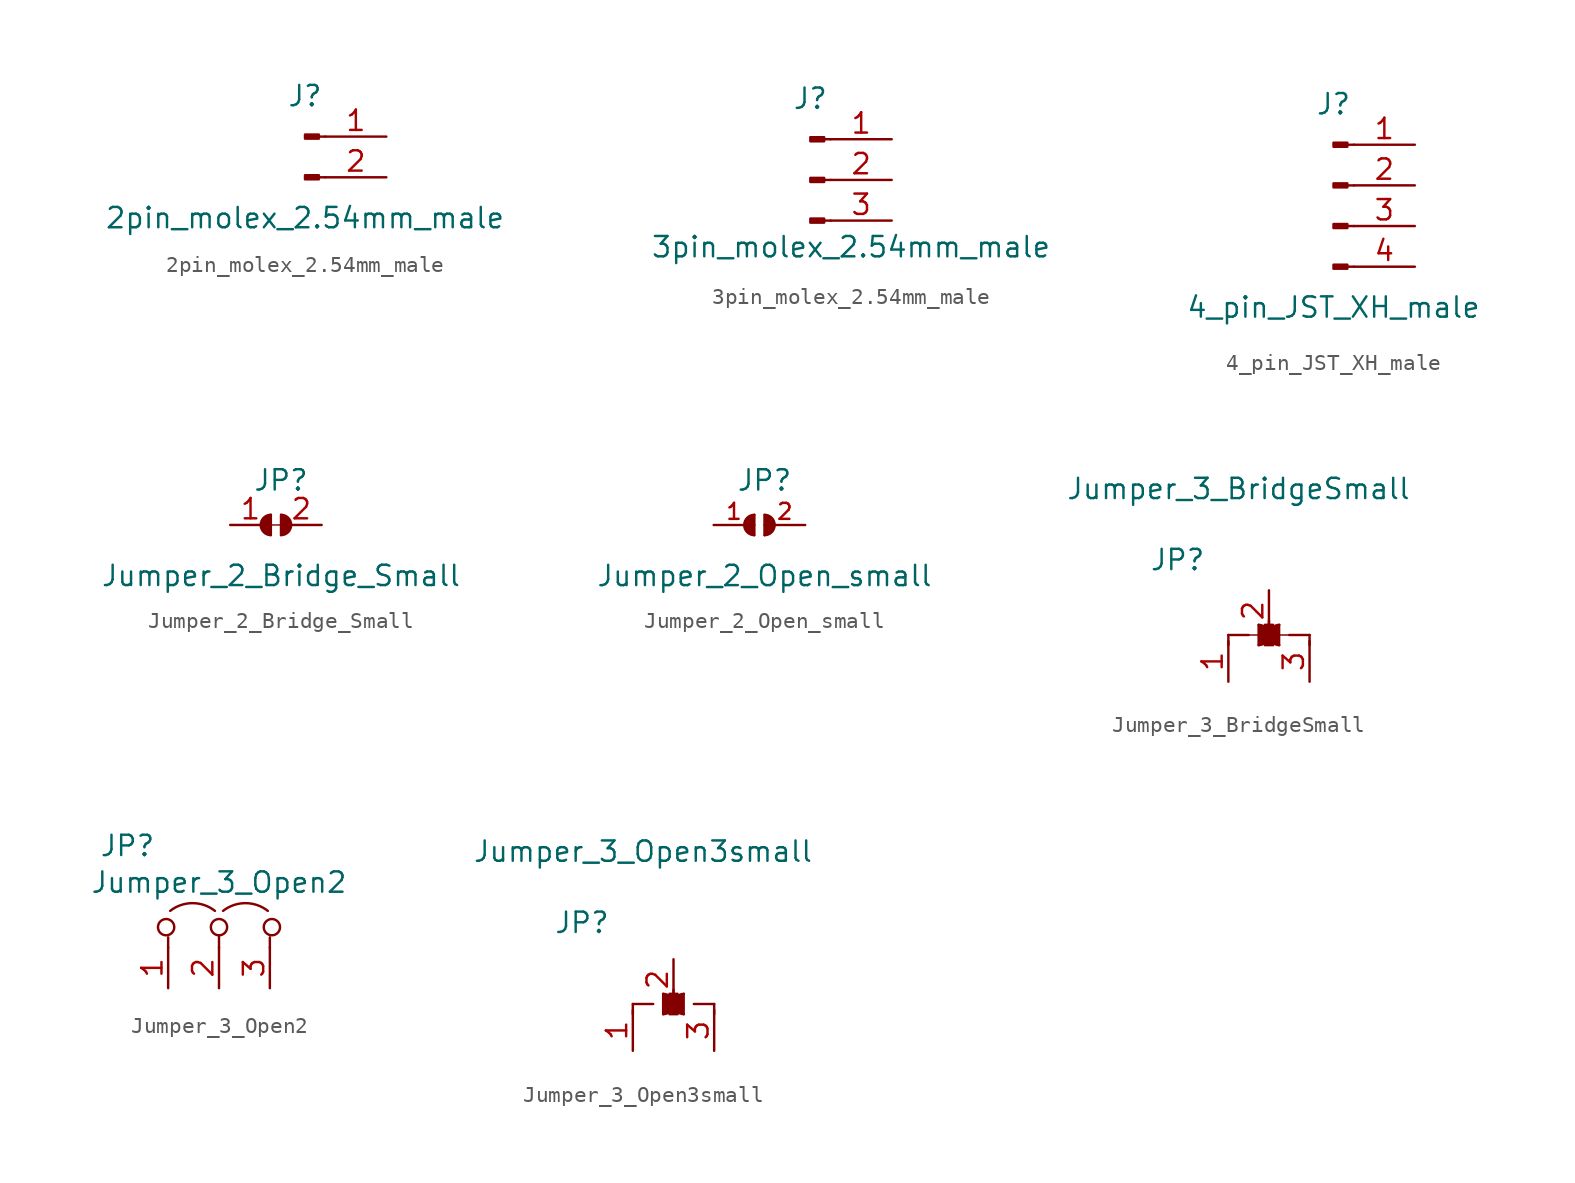
<source format=kicad_sym>
(kicad_symbol_lib
  (version 20211014)
  (generator kicad_symbol_editor)
  (symbol "2pin_molex_2.54mm_male"
    (pin_names
      (offset 1.016) hide)
    (property "Reference" "J"
      (at 0 2.54 0)
      (effects (font (size 1.27 1.27))))
    (property "Value" "2pin_molex_2.54mm_male"
      (at 0 -5.08 0)
      (effects (font (size 1.27 1.27))))
    (symbol "2pin_molex_2.54mm_male_1_1"
      (polyline (pts (xy 1.27 -2.54) (xy 0.864 -2.54)) (stroke (width 0.152) (type default) (color 0 0 0 0)) (fill (type none)))
      (polyline (pts (xy 1.27 0) (xy 0.864 0)) (stroke (width 0.152) (type default) (color 0 0 0 0)) (fill (type none)))
      (rectangle (start 0.864 -2.413) (end 0 -2.667) (stroke (width 0.152) (type default) (color 0 0 0 0)) (fill (type outline)))
      (rectangle (start 0.864 0.127) (end 0 -0.127) (stroke (width 0.152) (type default) (color 0 0 0 0)) (fill (type outline)))
      (pin passive line (at 5.08 0 180) (length 3.81) (name "Pin_1" (effects (font (size 1.27 1.27)))) (number "1" (effects (font (size 1.27 1.27)))))
      (pin passive line (at 5.08 -2.54 180) (length 3.81) (name "Pin_2" (effects (font (size 1.27 1.27)))) (number "2" (effects (font (size 1.27 1.27)))))))
  (symbol "3pin_molex_2.54mm_male"
    (pin_names
      (offset 1.016) hide)
    (property "Reference" "J"
      (at 0 5.08 0)
      (effects (font (size 1.27 1.27))))
    (property "Value" "3pin_molex_2.54mm_male"
      (at 2.54 -4.191 0)
      (effects (font (size 1.27 1.27))))
    (symbol "3pin_molex_2.54mm_male_1_1"
      (polyline (pts (xy 1.27 -2.54) (xy 0.864 -2.54)) (stroke (width 0.152) (type default) (color 0 0 0 0)) (fill (type none)))
      (polyline (pts (xy 1.27 0) (xy 0.864 0)) (stroke (width 0.152) (type default) (color 0 0 0 0)) (fill (type none)))
      (polyline (pts (xy 1.27 2.54) (xy 0.864 2.54)) (stroke (width 0.152) (type default) (color 0 0 0 0)) (fill (type none)))
      (rectangle (start 0.864 -2.413) (end 0 -2.667) (stroke (width 0.152) (type default) (color 0 0 0 0)) (fill (type outline)))
      (rectangle (start 0.864 0.127) (end 0 -0.127) (stroke (width 0.152) (type default) (color 0 0 0 0)) (fill (type outline)))
      (rectangle (start 0.864 2.667) (end 0 2.413) (stroke (width 0.152) (type default) (color 0 0 0 0)) (fill (type outline)))
      (pin passive line (at 5.08 2.54 180) (length 3.81) (name "Pin_1" (effects (font (size 1.27 1.27)))) (number "1" (effects (font (size 1.27 1.27)))))
      (pin passive line (at 5.08 0 180) (length 3.81) (name "Pin_2" (effects (font (size 1.27 1.27)))) (number "2" (effects (font (size 1.27 1.27)))))
      (pin passive line (at 5.08 -2.54 180) (length 3.81) (name "Pin_3" (effects (font (size 1.27 1.27)))) (number "3" (effects (font (size 1.27 1.27)))))))
  (symbol "4_pin_JST_XH_male"
    (pin_names
      (offset 1.016) hide)
    (property "Reference" "J"
      (at 0 5.08 0)
      (effects (font (size 1.27 1.27))))
    (property "Value" "4_pin_JST_XH_male"
      (at 0 -7.62 0)
      (effects (font (size 1.27 1.27))))
    (symbol "4_pin_JST_XH_male_1_1"
      (polyline (pts (xy 1.27 -5.08) (xy 0.864 -5.08)) (stroke (width 0.152) (type default) (color 0 0 0 0)) (fill (type none)))
      (polyline (pts (xy 1.27 -2.54) (xy 0.864 -2.54)) (stroke (width 0.152) (type default) (color 0 0 0 0)) (fill (type none)))
      (polyline (pts (xy 1.27 0) (xy 0.864 0)) (stroke (width 0.152) (type default) (color 0 0 0 0)) (fill (type none)))
      (polyline (pts (xy 1.27 2.54) (xy 0.864 2.54)) (stroke (width 0.152) (type default) (color 0 0 0 0)) (fill (type none)))
      (rectangle (start 0.864 -4.953) (end 0 -5.207) (stroke (width 0.152) (type default) (color 0 0 0 0)) (fill (type outline)))
      (rectangle (start 0.864 -2.413) (end 0 -2.667) (stroke (width 0.152) (type default) (color 0 0 0 0)) (fill (type outline)))
      (rectangle (start 0.864 0.127) (end 0 -0.127) (stroke (width 0.152) (type default) (color 0 0 0 0)) (fill (type outline)))
      (rectangle (start 0.864 2.667) (end 0 2.413) (stroke (width 0.152) (type default) (color 0 0 0 0)) (fill (type outline)))
      (pin passive line (at 5.08 2.54 180) (length 3.81) (name "Pin_1" (effects (font (size 1.27 1.27)))) (number "1" (effects (font (size 1.27 1.27)))))
      (pin passive line (at 5.08 0 180) (length 3.81) (name "Pin_2" (effects (font (size 1.27 1.27)))) (number "2" (effects (font (size 1.27 1.27)))))
      (pin passive line (at 5.08 -2.54 180) (length 3.81) (name "Pin_3" (effects (font (size 1.27 1.27)))) (number "3" (effects (font (size 1.27 1.27)))))
      (pin passive line (at 5.08 -5.08 180) (length 3.81) (name "Pin_4" (effects (font (size 1.27 1.27)))) (number "4" (effects (font (size 1.27 1.27)))))))
  (symbol "Jumper_2_Bridge_Small"
    (pin_names
      (offset 0) hide)
    (property "Reference" "JP"
      (at 0 2.794 0)
      (effects (font (size 1.27 1.27))))
    (property "Value" "Jumper_2_Bridge_Small"
      (at 0 -3.175 0)
      (effects (font (size 1.27 1.27))))
    (symbol "Jumper_2_Bridge_Small_0_1"
      (arc (start -0.635 0.635) (mid -1.2659 0.0056) (end -0.6463 -0.635) (stroke (width 0) (type default) (color 0 0 0 0)) (fill (type outline)))
      (polyline (pts (xy -1.27 0) (xy 0 0)) (stroke (width 0.09) (type default) (color 0 0 0 0)) (fill (type none)))
      (polyline (pts (xy -0.635 0.635) (xy -0.635 -0.635)) (stroke (width 0) (type default) (color 0 0 0 0)) (fill (type none)))
      (polyline (pts (xy 0 0.635) (xy 0 -0.635)) (stroke (width 0) (type default) (color 0 0 0 0)) (fill (type none)))
      (arc (start 0.0042 -0.6351) (mid 0.6351 -0.0057) (end 0.0155 0.6349) (stroke (width 0) (type default) (color 0 0 0 0)) (fill (type outline))))
    (symbol "Jumper_2_Bridge_Small_1_1"
      (pin passive line (at -3.175 0 0) (length 2.54) (name "A" (effects (font (size 1.27 1.27)))) (number "1" (effects (font (size 1.27 1.27)))))
      (pin passive line (at 2.54 0 180) (length 2.54) (name "B" (effects (font (size 1.27 1.27)))) (number "2" (effects (font (size 1.27 1.27)))))))
  (symbol "Jumper_2_Open_small"
    (pin_names
      (offset 0) hide)
    (property "Reference" "JP"
      (at 0 2.794 0)
      (effects (font (size 1.27 1.27))))
    (property "Value" "Jumper_2_Open_small"
      (at 0 -3.175 0)
      (effects (font (size 1.27 1.27))))
    (symbol "Jumper_2_Open_small_0_1"
      (arc (start -0.635 0.635) (mid -1.2659 0.0056) (end -0.6463 -0.635) (stroke (width 0) (type default) (color 0 0 0 0)) (fill (type outline)))
      (polyline (pts (xy -0.635 0.635) (xy -0.635 -0.635)) (stroke (width 0) (type default) (color 0 0 0 0)) (fill (type none)))
      (polyline (pts (xy 0 0.635) (xy 0 -0.635)) (stroke (width 0) (type default) (color 0 0 0 0)) (fill (type none)))
      (arc (start 0.0042 -0.6351) (mid 0.6351 -0.0057) (end 0.0155 0.6349) (stroke (width 0) (type default) (color 0 0 0 0)) (fill (type outline))))
    (symbol "Jumper_2_Open_small_1_1"
      (pin passive line (at -3.175 0 0) (length 2.54) (name "A" (effects (font (size 1 1)))) (number "1" (effects (font (size 1 1)))))
      (pin passive line (at 2.54 0 180) (length 2.54) (name "B" (effects (font (size 1 1)))) (number "2" (effects (font (size 1 1)))))))
  (symbol "Jumper_3_BridgeSmall"
    (pin_names
      (offset 0) hide)
    (property "Reference" "JP"
      (at -5.715 5.08 0)
      (effects (font (size 1.27 1.27))))
    (property "Value" "Jumper_3_BridgeSmall"
      (at -1.905 9.525 0)
      (effects (font (size 1.27 1.27))))
    (symbol "Jumper_3_BridgeSmall_0_1"
      (arc (start -0.6463 -0.254) (mid 0.0001 0.381) (end -0.6463 1.016) (stroke (width 0) (type default) (color 0 0 0 0)) (fill (type outline)))
      (rectangle (start -0.254 1.016) (end 0.254 -0.254) (stroke (width 0) (type default) (color 0 0 0 0)) (fill (type outline)))
      (polyline (pts (xy -2.54 0.381) (xy -2.54 -0.254)) (stroke (width 0) (type default) (color 0 0 0 0)) (fill (type none)))
      (polyline (pts (xy -2.54 0.381) (xy -1.27 0.381)) (stroke (width 0) (type default) (color 0 0 0 0)) (fill (type none)))
      (polyline (pts (xy -1.27 0.381) (xy 1.27 0.381)) (stroke (width 0.09) (type default) (color 0 0 0 0)) (fill (type none)))
      (polyline (pts (xy -0.646 -0.254) (xy -0.646 1.016)) (stroke (width 0) (type default) (color 0 0 0 0)) (fill (type none)))
      (polyline (pts (xy 0 1.27) (xy 0 0.508)) (stroke (width 0) (type default) (color 0 0 0 0)) (fill (type none)))
      (polyline (pts (xy 0.635 1.016) (xy 0.635 -0.254)) (stroke (width 0) (type default) (color 0 0 0 0)) (fill (type none)))
      (polyline (pts (xy 1.27 0.381) (xy 2.54 0.381)) (stroke (width 0) (type default) (color 0 0 0 0)) (fill (type none)))
      (polyline (pts (xy 2.54 0.381) (xy 2.54 -0.254)) (stroke (width 0) (type default) (color 0 0 0 0)) (fill (type none)))
      (arc (start 0.6463 1.016) (mid -0.0001 0.381) (end 0.6463 -0.254) (stroke (width 0) (type default) (color 0 0 0 0)) (fill (type outline))))
    (symbol "Jumper_3_BridgeSmall_1_1"
      (pin passive line (at -2.54 -2.54 90) (length 2.54) (name "A" (effects (font (size 1.27 1.27)))) (number "1" (effects (font (size 1.27 1.27)))))
      (pin input line (at 0 3.175 270) (length 2.54) (name "C" (effects (font (size 1.27 1.27)))) (number "2" (effects (font (size 1.27 1.27)))))
      (pin passive line (at 2.54 -2.54 90) (length 2.54) (name "B" (effects (font (size 1.27 1.27)))) (number "3" (effects (font (size 1.27 1.27)))))))
  (symbol "Jumper_3_Open2"
    (pin_names
      (offset 0) hide)
    (property "Reference" "JP"
      (at -5.715 5.08 0)
      (effects (font (size 1.27 1.27))))
    (property "Value" "Jumper_3_Open2"
      (at 0 2.794 0)
      (effects (font (size 1.27 1.27))))
    (symbol "Jumper_3_Open2_0_0"
      (circle (center -3.302 0) (radius 0.508) (stroke (width 0) (type default) (color 0 0 0 0)) (fill (type none)))
      (circle (center 0 0) (radius 0.508) (stroke (width 0) (type default) (color 0 0 0 0)) (fill (type none)))
      (circle (center 3.302 0) (radius 0.508) (stroke (width 0) (type default) (color 0 0 0 0)) (fill (type none))))
    (symbol "Jumper_3_Open2_0_1"
      (arc (start -0.254 1.016) (mid -1.651 1.4992) (end -3.048 1.016) (stroke (width 0) (type default) (color 0 0 0 0)) (fill (type none)))
      (polyline (pts (xy -3.175 -1.27) (xy -3.175 -0.635)) (stroke (width 0) (type default) (color 0 0 0 0)) (fill (type none)))
      (polyline (pts (xy 0 -0.508) (xy 0 -1.27)) (stroke (width 0) (type default) (color 0 0 0 0)) (fill (type none)))
      (polyline (pts (xy 3.175 -1.27) (xy 3.175 -0.635)) (stroke (width 0) (type default) (color 0 0 0 0)) (fill (type none)))
      (arc (start 3.048 1.016) (mid 1.651 1.4992) (end 0.254 1.016) (stroke (width 0) (type default) (color 0 0 0 0)) (fill (type none))))
    (symbol "Jumper_3_Open2_1_1"
      (pin passive line (at -3.175 -3.81 90) (length 2.54) (name "A" (effects (font (size 1.27 1.27)))) (number "1" (effects (font (size 1.27 1.27)))))
      (pin input line (at 0 -3.81 90) (length 2.54) (name "C" (effects (font (size 1.27 1.27)))) (number "2" (effects (font (size 1.27 1.27)))))
      (pin passive line (at 3.175 -3.81 90) (length 2.54) (name "B" (effects (font (size 1.27 1.27)))) (number "3" (effects (font (size 1.27 1.27)))))))
  (symbol "Jumper_3_Open3small"
    (pin_names
      (offset 0) hide)
    (property "Reference" "JP"
      (at -5.715 5.08 0)
      (effects (font (size 1.27 1.27))))
    (property "Value" "Jumper_3_Open3small"
      (at -1.905 9.525 0)
      (effects (font (size 1.27 1.27))))
    (symbol "Jumper_3_Open3small_0_1"
      (arc (start -0.6463 -0.635) (mid 0.0001 0) (end -0.6463 0.635) (stroke (width 0) (type default) (color 0 0 0 0)) (fill (type outline)))
      (rectangle (start -0.254 0.635) (end 0.254 -0.635) (stroke (width 0) (type default) (color 0 0 0 0)) (fill (type outline)))
      (polyline (pts (xy -2.54 0) (xy -2.54 -0.635)) (stroke (width 0) (type default) (color 0 0 0 0)) (fill (type none)))
      (polyline (pts (xy -2.54 0) (xy -1.27 0)) (stroke (width 0) (type default) (color 0 0 0 0)) (fill (type none)))
      (polyline (pts (xy -0.646 -0.635) (xy -0.646 0.635)) (stroke (width 0) (type default) (color 0 0 0 0)) (fill (type none)))
      (polyline (pts (xy 0 0.889) (xy 0 0.127)) (stroke (width 0) (type default) (color 0 0 0 0)) (fill (type none)))
      (polyline (pts (xy 0.635 0.635) (xy 0.635 -0.635)) (stroke (width 0) (type default) (color 0 0 0 0)) (fill (type none)))
      (polyline (pts (xy 1.27 0) (xy 2.54 0)) (stroke (width 0) (type default) (color 0 0 0 0)) (fill (type none)))
      (polyline (pts (xy 2.54 0) (xy 2.54 -0.635)) (stroke (width 0) (type default) (color 0 0 0 0)) (fill (type none)))
      (arc (start 0.6463 0.635) (mid -0.0001 0) (end 0.6463 -0.635) (stroke (width 0) (type default) (color 0 0 0 0)) (fill (type outline))))
    (symbol "Jumper_3_Open3small_1_1"
      (pin passive line (at -2.54 -2.921 90) (length 2.54) (name "A" (effects (font (size 1.27 1.27)))) (number "1" (effects (font (size 1.27 1.27)))))
      (pin input line (at 0 2.794 270) (length 2.54) (name "C" (effects (font (size 1.27 1.27)))) (number "2" (effects (font (size 1.27 1.27)))))
      (pin passive line (at 2.54 -2.921 90) (length 2.54) (name "B" (effects (font (size 1.27 1.27)))) (number "3" (effects (font (size 1.27 1.27))))))))
</source>
